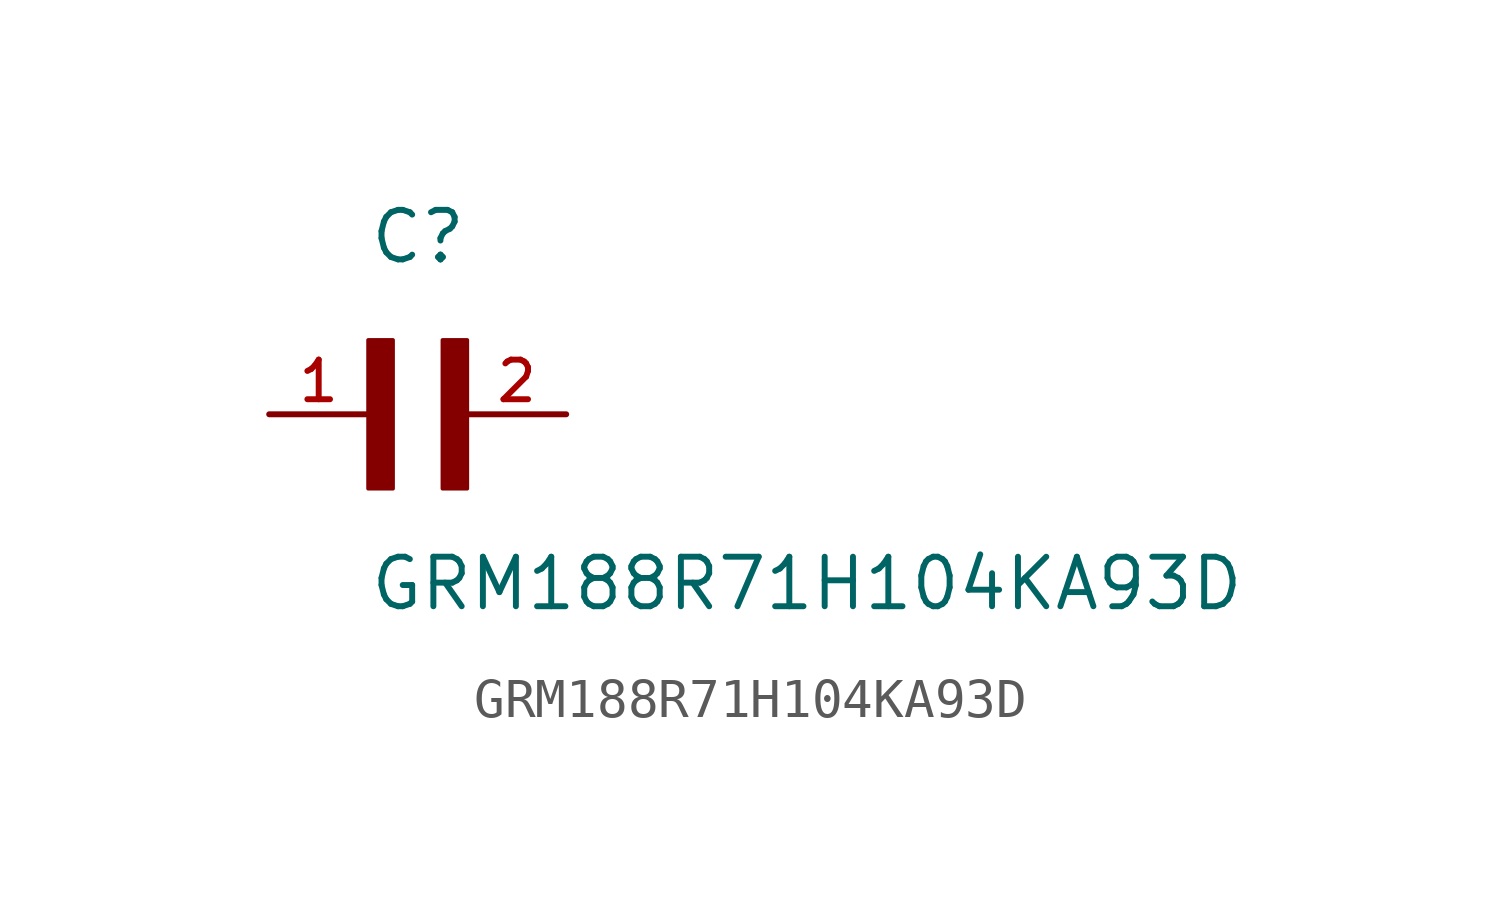
<source format=kicad_sym>
(kicad_symbol_lib
  (version 20211014)
  (generator kicad_symbol_editor)
  (symbol "GRM188R71H104KA93D"
    (pin_names
      (offset 1.016))
    (property "Reference" "C"
      (at 0.0 3.811 0)
      (effects (font (size 1.27 1.27)) (justify bottom left)))
    (property "Value" "GRM188R71H104KA93D"
      (at 0.0 -5.088 0)
      (effects (font (size 1.27 1.27)) (justify bottom left)))
    (symbol "GRM188R71H104KA93D_0_0"
      (rectangle (start 0.0 -1.907) (end 0.635 1.905) (stroke (width 0.1)) (fill (type outline)))
      (rectangle (start 1.907 -1.907) (end 2.54 1.905) (stroke (width 0.1)) (fill (type outline)))
      (pin passive line (at 5.08 0.0 180.0) (length 2.54) (name "~" (effects (font (size 1.016 1.016)))) (number "2" (effects (font (size 1.016 1.016)))))
      (pin passive line (at -2.54 0.0 0) (length 2.54) (name "~" (effects (font (size 1.016 1.016)))) (number "1" (effects (font (size 1.016 1.016))))))))
</source>
